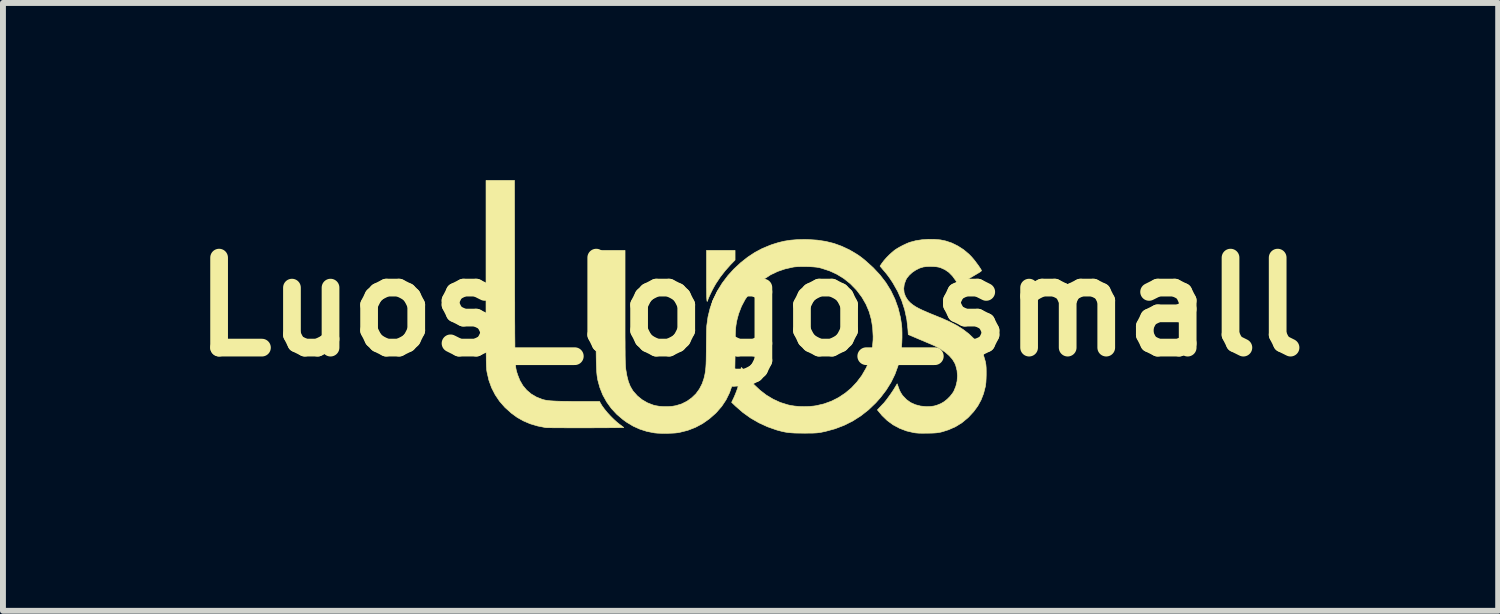
<source format=kicad_pcb>
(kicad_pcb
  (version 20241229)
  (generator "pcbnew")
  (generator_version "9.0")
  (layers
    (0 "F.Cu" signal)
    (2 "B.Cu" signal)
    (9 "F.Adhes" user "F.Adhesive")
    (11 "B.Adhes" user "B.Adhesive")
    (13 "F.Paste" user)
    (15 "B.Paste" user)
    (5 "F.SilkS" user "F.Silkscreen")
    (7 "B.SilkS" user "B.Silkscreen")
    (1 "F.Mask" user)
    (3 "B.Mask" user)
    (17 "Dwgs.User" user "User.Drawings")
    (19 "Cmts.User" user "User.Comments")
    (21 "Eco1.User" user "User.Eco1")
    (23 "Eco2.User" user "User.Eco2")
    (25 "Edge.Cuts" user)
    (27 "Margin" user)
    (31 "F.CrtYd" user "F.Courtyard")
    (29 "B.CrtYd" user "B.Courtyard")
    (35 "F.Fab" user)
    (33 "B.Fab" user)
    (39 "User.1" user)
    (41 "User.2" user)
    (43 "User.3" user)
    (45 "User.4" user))
  (footprint "Luos_logo_small"
    (layer "F.Cu")
    (at 9.659 2.147)
    (property "Reference" "Luos_logo_small" (at 0 0 0) (layer "F.SilkS") (effects (font (size 1.524 1.524) (thickness 0.3))))
    (attr through_hole)
    (fp_poly (pts (xy -0.262 -0.794) (xy -0.344 -0.709) (xy -0.431 -0.611) (xy -0.514 -0.504) (xy -0.586 -0.396) (xy -0.592 -0.386) (xy -0.614 -0.348) (xy -0.638 -0.304) (xy -0.662 -0.257) (xy -0.684 -0.211) (xy -0.703 -0.169) (xy -0.717 -0.136) (xy -0.724 -0.116) (xy -0.729 -0.101) (xy -0.732 -0.093) (xy -0.736 -0.095) (xy -0.738 -0.106) (xy -0.74 -0.128) (xy -0.742 -0.162) (xy -0.743 -0.208) (xy -0.744 -0.268) (xy -0.745 -0.342) (xy -0.745 -0.431) (xy -0.745 -0.52) (xy -0.745 -0.957) (xy -0.262 -0.957) (xy -0.262 -0.794)) (stroke (width 0.01) (type solid)) (fill yes) (layer "F.SilkS"))
    (fp_poly (pts (xy -3.994 -0.603) (xy -3.994 -0.41) (xy -3.994 -0.233) (xy -3.993 -0.072) (xy -3.993 0.075) (xy -3.993 0.208) (xy -3.992 0.328) (xy -3.992 0.436) (xy -3.991 0.532) (xy -3.99 0.617) (xy -3.99 0.692) (xy -3.989 0.758) (xy -3.987 0.816) (xy -3.986 0.866) (xy -3.984 0.909) (xy -3.982 0.946) (xy -3.98 0.978) (xy -3.978 1.005) (xy -3.975 1.028) (xy -3.972 1.048) (xy -3.968 1.066) (xy -3.965 1.082) (xy -3.96 1.097) (xy -3.956 1.113) (xy -3.95 1.129) (xy -3.945 1.147) (xy -3.906 1.245) (xy -3.855 1.333) (xy -3.791 1.409) (xy -3.716 1.473) (xy -3.629 1.525) (xy -3.532 1.564) (xy -3.529 1.565) (xy -3.5 1.573) (xy -3.468 1.58) (xy -3.432 1.585) (xy -3.39 1.59) (xy -3.34 1.593) (xy -3.281 1.596) (xy -3.211 1.598) (xy -3.129 1.599) (xy -3.032 1.6) (xy -2.929 1.6) (xy -2.557 1.6) (xy -2.544 1.626) (xy -2.515 1.674) (xy -2.475 1.729) (xy -2.427 1.788) (xy -2.373 1.847) (xy -2.318 1.902) (xy -2.263 1.952) (xy -2.218 1.988) (xy -2.19 2.009) (xy -2.166 2.027) (xy -2.15 2.039) (xy -2.147 2.042) (xy -2.154 2.043) (xy -2.176 2.043) (xy -2.213 2.044) (xy -2.261 2.045) (xy -2.321 2.046) (xy -2.389 2.046) (xy -2.465 2.047) (xy -2.548 2.047) (xy -2.635 2.047) (xy -2.724 2.048) (xy -2.816 2.048) (xy -2.907 2.048) (xy -2.996 2.048) (xy -3.083 2.048) (xy -3.164 2.047) (xy -3.24 2.047) (xy -3.307 2.047) (xy -3.365 2.046) (xy -3.412 2.045) (xy -3.447 2.045) (xy -3.467 2.044) (xy -3.471 2.043) (xy -3.607 2.016) (xy -3.731 1.979) (xy -3.844 1.931) (xy -3.95 1.872) (xy -4.05 1.799) (xy -4.147 1.712) (xy -4.162 1.698) (xy -4.25 1.597) (xy -4.324 1.487) (xy -4.385 1.368) (xy -4.431 1.24) (xy -4.462 1.105) (xy -4.466 1.079) (xy -4.468 1.067) (xy -4.469 1.052) (xy -4.47 1.033) (xy -4.472 1.009) (xy -4.473 0.98) (xy -4.474 0.945) (xy -4.475 0.903) (xy -4.475 0.854) (xy -4.476 0.796) (xy -4.477 0.73) (xy -4.477 0.654) (xy -4.477 0.567) (xy -4.478 0.47) (xy -4.478 0.36) (xy -4.478 0.238) (xy -4.479 0.103) (xy -4.479 -0.046) (xy -4.479 -0.211) (xy -4.479 -0.39) (xy -4.479 -0.574) (xy -4.479 -2.142) (xy -4.238 -2.142) (xy -3.997 -2.142) (xy -3.994 -0.603)) (stroke (width 0.01) (type solid)) (fill yes) (layer "F.SilkS"))
    (fp_poly (pts (xy 3.114 -1.144) (xy 3.216 -1.135) (xy 3.303 -1.117) (xy 3.408 -1.082) (xy 3.511 -1.031) (xy 3.609 -0.968) (xy 3.698 -0.893) (xy 3.743 -0.847) (xy 3.769 -0.817) (xy 3.797 -0.783) (xy 3.825 -0.745) (xy 3.853 -0.708) (xy 3.877 -0.673) (xy 3.896 -0.644) (xy 3.908 -0.623) (xy 3.911 -0.614) (xy 3.904 -0.605) (xy 3.887 -0.592) (xy 3.867 -0.579) (xy 3.846 -0.567) (xy 3.813 -0.547) (xy 3.772 -0.523) (xy 3.726 -0.496) (xy 3.678 -0.467) (xy 3.678 -0.467) (xy 3.633 -0.441) (xy 3.593 -0.418) (xy 3.56 -0.399) (xy 3.537 -0.387) (xy 3.525 -0.381) (xy 3.525 -0.381) (xy 3.517 -0.388) (xy 3.503 -0.406) (xy 3.485 -0.432) (xy 3.475 -0.447) (xy 3.419 -0.524) (xy 3.359 -0.585) (xy 3.292 -0.631) (xy 3.219 -0.664) (xy 3.188 -0.673) (xy 3.147 -0.68) (xy 3.096 -0.684) (xy 3.04 -0.685) (xy 2.985 -0.684) (xy 2.939 -0.678) (xy 2.928 -0.677) (xy 2.863 -0.657) (xy 2.799 -0.625) (xy 2.739 -0.585) (xy 2.688 -0.538) (xy 2.647 -0.488) (xy 2.629 -0.455) (xy 2.603 -0.382) (xy 2.594 -0.31) (xy 2.601 -0.24) (xy 2.625 -0.174) (xy 2.664 -0.113) (xy 2.676 -0.1) (xy 2.707 -0.068) (xy 2.745 -0.037) (xy 2.789 -0.007) (xy 2.843 0.023) (xy 2.909 0.055) (xy 2.987 0.089) (xy 3.048 0.115) (xy 3.095 0.134) (xy 3.149 0.156) (xy 3.203 0.178) (xy 3.234 0.19) (xy 3.372 0.252) (xy 3.495 0.316) (xy 3.603 0.385) (xy 3.698 0.458) (xy 3.7 0.46) (xy 3.78 0.537) (xy 3.846 0.62) (xy 3.9 0.711) (xy 3.943 0.812) (xy 3.976 0.925) (xy 3.98 0.944) (xy 3.986 0.982) (xy 3.99 1.032) (xy 3.991 1.09) (xy 3.991 1.153) (xy 3.989 1.216) (xy 3.986 1.275) (xy 3.98 1.325) (xy 3.976 1.349) (xy 3.946 1.467) (xy 3.904 1.575) (xy 3.849 1.676) (xy 3.779 1.772) (xy 3.694 1.864) (xy 3.676 1.881) (xy 3.578 1.962) (xy 3.471 2.028) (xy 3.354 2.08) (xy 3.247 2.114) (xy 3.214 2.122) (xy 3.184 2.127) (xy 3.152 2.132) (xy 3.115 2.135) (xy 3.07 2.137) (xy 3.012 2.138) (xy 2.997 2.138) (xy 2.916 2.139) (xy 2.851 2.138) (xy 2.8 2.134) (xy 2.769 2.13) (xy 2.641 2.1) (xy 2.523 2.055) (xy 2.415 1.997) (xy 2.316 1.925) (xy 2.227 1.839) (xy 2.197 1.803) (xy 2.148 1.744) (xy 2.194 1.695) (xy 2.216 1.672) (xy 2.233 1.653) (xy 2.243 1.643) (xy 2.244 1.643) (xy 2.259 1.627) (xy 2.28 1.601) (xy 2.307 1.567) (xy 2.336 1.527) (xy 2.366 1.486) (xy 2.394 1.445) (xy 2.418 1.409) (xy 2.427 1.395) (xy 2.483 1.302) (xy 2.502 1.356) (xy 2.521 1.408) (xy 2.542 1.45) (xy 2.566 1.488) (xy 2.581 1.507) (xy 2.641 1.57) (xy 2.711 1.62) (xy 2.791 1.656) (xy 2.88 1.679) (xy 2.976 1.688) (xy 2.985 1.688) (xy 3.051 1.686) (xy 3.109 1.678) (xy 3.163 1.662) (xy 3.222 1.638) (xy 3.226 1.636) (xy 3.277 1.606) (xy 3.33 1.564) (xy 3.38 1.514) (xy 3.421 1.462) (xy 3.443 1.427) (xy 3.477 1.344) (xy 3.498 1.256) (xy 3.504 1.166) (xy 3.497 1.077) (xy 3.475 0.992) (xy 3.457 0.949) (xy 3.419 0.887) (xy 3.365 0.826) (xy 3.298 0.767) (xy 3.218 0.713) (xy 3.127 0.663) (xy 3.067 0.636) (xy 3.032 0.621) (xy 2.986 0.602) (xy 2.933 0.579) (xy 2.877 0.556) (xy 2.828 0.535) (xy 2.671 0.469) (xy 2.665 0.378) (xy 2.646 0.21) (xy 2.611 0.048) (xy 2.56 -0.109) (xy 2.493 -0.261) (xy 2.41 -0.408) (xy 2.389 -0.44) (xy 2.361 -0.482) (xy 2.33 -0.525) (xy 2.3 -0.564) (xy 2.281 -0.587) (xy 2.256 -0.616) (xy 2.233 -0.643) (xy 2.216 -0.664) (xy 2.212 -0.668) (xy 2.193 -0.692) (xy 2.227 -0.742) (xy 2.259 -0.784) (xy 2.301 -0.832) (xy 2.349 -0.881) (xy 2.399 -0.926) (xy 2.438 -0.959) (xy 2.477 -0.985) (xy 2.526 -1.014) (xy 2.581 -1.043) (xy 2.636 -1.069) (xy 2.686 -1.09) (xy 2.705 -1.096) (xy 2.798 -1.121) (xy 2.901 -1.137) (xy 3.007 -1.145) (xy 3.114 -1.144)) (stroke (width 0.01) (type solid)) (fill yes) (layer "F.SilkS"))
    (fp_poly (pts (xy 0.973 -1.141) (xy 1.129 -1.131) (xy 1.274 -1.109) (xy 1.412 -1.075) (xy 1.544 -1.027) (xy 1.674 -0.966) (xy 1.77 -0.91) (xy 1.804 -0.889) (xy 1.833 -0.87) (xy 1.858 -0.852) (xy 1.886 -0.831) (xy 1.92 -0.804) (xy 1.946 -0.782) (xy 2.077 -0.664) (xy 2.192 -0.541) (xy 2.292 -0.411) (xy 2.376 -0.275) (xy 2.445 -0.131) (xy 2.499 0.019) (xy 2.538 0.177) (xy 2.557 0.299) (xy 2.563 0.363) (xy 2.565 0.439) (xy 2.565 0.521) (xy 2.562 0.606) (xy 2.556 0.689) (xy 2.549 0.766) (xy 2.539 0.831) (xy 2.536 0.847) (xy 2.497 0.999) (xy 2.445 1.142) (xy 2.379 1.277) (xy 2.298 1.407) (xy 2.202 1.533) (xy 2.121 1.624) (xy 1.998 1.742) (xy 1.868 1.844) (xy 1.73 1.932) (xy 1.584 2.005) (xy 1.429 2.064) (xy 1.264 2.109) (xy 1.219 2.118) (xy 1.187 2.125) (xy 1.156 2.129) (xy 1.125 2.133) (xy 1.091 2.135) (xy 1.05 2.137) (xy 0.999 2.137) (xy 0.935 2.138) (xy 0.906 2.138) (xy 0.822 2.137) (xy 0.751 2.136) (xy 0.69 2.132) (xy 0.636 2.127) (xy 0.585 2.119) (xy 0.534 2.108) (xy 0.479 2.094) (xy 0.44 2.083) (xy 0.289 2.03) (xy 0.141 1.962) (xy -0.001 1.88) (xy -0.133 1.785) (xy -0.251 1.682) (xy -0.32 1.616) (xy -0.279 1.53) (xy -0.259 1.483) (xy -0.238 1.43) (xy -0.22 1.379) (xy -0.213 1.358) (xy -0.2 1.308) (xy -0.187 1.252) (xy -0.176 1.193) (xy -0.168 1.137) (xy -0.162 1.089) (xy -0.161 1.058) (xy -0.159 1.034) (xy -0.153 1.026) (xy -0.145 1.034) (xy -0.137 1.049) (xy -0.119 1.084) (xy -0.091 1.128) (xy -0.057 1.176) (xy -0.019 1.226) (xy 0.021 1.273) (xy 0.053 1.31) (xy 0.159 1.41) (xy 0.268 1.494) (xy 0.383 1.563) (xy 0.503 1.618) (xy 0.631 1.658) (xy 0.68 1.669) (xy 0.746 1.679) (xy 0.824 1.686) (xy 0.907 1.688) (xy 0.991 1.686) (xy 1.069 1.679) (xy 1.112 1.673) (xy 1.244 1.642) (xy 1.371 1.596) (xy 1.491 1.535) (xy 1.604 1.46) (xy 1.708 1.373) (xy 1.801 1.273) (xy 1.884 1.163) (xy 1.954 1.042) (xy 1.961 1.029) (xy 2.008 0.919) (xy 2.042 0.806) (xy 2.064 0.687) (xy 2.075 0.56) (xy 2.076 0.5) (xy 2.068 0.352) (xy 2.046 0.213) (xy 2.009 0.081) (xy 1.956 -0.044) (xy 1.888 -0.162) (xy 1.805 -0.273) (xy 1.789 -0.292) (xy 1.689 -0.394) (xy 1.58 -0.481) (xy 1.463 -0.553) (xy 1.337 -0.611) (xy 1.202 -0.655) (xy 1.16 -0.666) (xy 1.117 -0.673) (xy 1.062 -0.678) (xy 0.999 -0.682) (xy 0.931 -0.684) (xy 0.864 -0.684) (xy 0.802 -0.682) (xy 0.748 -0.678) (xy 0.72 -0.674) (xy 0.583 -0.643) (xy 0.457 -0.6) (xy 0.34 -0.544) (xy 0.231 -0.473) (xy 0.126 -0.387) (xy 0.082 -0.344) (xy -0.012 -0.239) (xy -0.09 -0.129) (xy -0.153 -0.011) (xy -0.201 0.114) (xy -0.224 0.198) (xy -0.233 0.235) (xy -0.24 0.272) (xy -0.246 0.31) (xy -0.251 0.351) (xy -0.254 0.396) (xy -0.257 0.449) (xy -0.259 0.511) (xy -0.26 0.584) (xy -0.261 0.67) (xy -0.262 0.76) (xy -0.262 0.846) (xy -0.263 0.917) (xy -0.264 0.976) (xy -0.265 1.024) (xy -0.267 1.064) (xy -0.269 1.098) (xy -0.272 1.129) (xy -0.275 1.157) (xy -0.28 1.186) (xy -0.28 1.187) (xy -0.311 1.326) (xy -0.356 1.454) (xy -0.415 1.574) (xy -0.488 1.684) (xy -0.576 1.785) (xy -0.589 1.799) (xy -0.697 1.894) (xy -0.812 1.975) (xy -0.934 2.04) (xy -1.063 2.09) (xy -1.199 2.124) (xy -1.232 2.13) (xy -1.274 2.135) (xy -1.328 2.138) (xy -1.39 2.14) (xy -1.454 2.141) (xy -1.517 2.14) (xy -1.574 2.138) (xy -1.619 2.134) (xy -1.628 2.133) (xy -1.755 2.108) (xy -1.874 2.07) (xy -1.987 2.019) (xy -2.097 1.953) (xy -2.158 1.909) (xy -2.264 1.819) (xy -2.357 1.719) (xy -2.436 1.609) (xy -2.502 1.49) (xy -2.552 1.364) (xy -2.586 1.24) (xy -2.59 1.217) (xy -2.594 1.193) (xy -2.598 1.168) (xy -2.601 1.14) (xy -2.604 1.108) (xy -2.606 1.071) (xy -2.608 1.029) (xy -2.61 0.98) (xy -2.612 0.923) (xy -2.613 0.857) (xy -2.614 0.782) (xy -2.615 0.696) (xy -2.615 0.598) (xy -2.616 0.487) (xy -2.616 0.363) (xy -2.616 0.225) (xy -2.616 0.07) (xy -2.616 0.015) (xy -2.616 -0.957) (xy -2.125 -0.957) (xy -2.125 -0.001) (xy -2.125 0.15) (xy -2.125 0.285) (xy -2.125 0.406) (xy -2.125 0.512) (xy -2.124 0.605) (xy -2.124 0.687) (xy -2.123 0.757) (xy -2.123 0.818) (xy -2.122 0.87) (xy -2.121 0.914) (xy -2.12 0.951) (xy -2.118 0.982) (xy -2.117 1.008) (xy -2.115 1.03) (xy -2.113 1.049) (xy -2.112 1.059) (xy -2.093 1.169) (xy -2.069 1.263) (xy -2.037 1.344) (xy -1.998 1.411) (xy -1.987 1.427) (xy -1.916 1.507) (xy -1.836 1.572) (xy -1.746 1.624) (xy -1.648 1.662) (xy -1.604 1.673) (xy -1.543 1.683) (xy -1.472 1.688) (xy -1.397 1.688) (xy -1.326 1.683) (xy -1.266 1.673) (xy -1.167 1.643) (xy -1.077 1.598) (xy -0.996 1.54) (xy -0.924 1.471) (xy -0.865 1.39) (xy -0.819 1.301) (xy -0.788 1.21) (xy -0.779 1.171) (xy -0.771 1.135) (xy -0.765 1.098) (xy -0.76 1.059) (xy -0.756 1.015) (xy -0.753 0.964) (xy -0.751 0.904) (xy -0.75 0.833) (xy -0.749 0.749) (xy -0.749 0.699) (xy -0.748 0.624) (xy -0.747 0.552) (xy -0.746 0.485) (xy -0.745 0.426) (xy -0.744 0.376) (xy -0.742 0.339) (xy -0.741 0.318) (xy -0.72 0.167) (xy -0.683 0.018) (xy -0.63 -0.128) (xy -0.562 -0.268) (xy -0.479 -0.403) (xy -0.383 -0.53) (xy -0.284 -0.639) (xy -0.167 -0.748) (xy -0.048 -0.842) (xy 0.073 -0.922) (xy 0.199 -0.989) (xy 0.332 -1.044) (xy 0.368 -1.057) (xy 0.474 -1.09) (xy 0.576 -1.114) (xy 0.68 -1.13) (xy 0.789 -1.139) (xy 0.908 -1.142) (xy 0.973 -1.141)) (stroke (width 0.01) (type solid)) (fill yes) (layer "F.SilkS")))
  (gr_rect
    (start -3 -3)
    (end 22.319 7.293)
    (stroke (width 0.1) (type default))
    (fill no)
    (layer "Edge.Cuts")))
</source>
